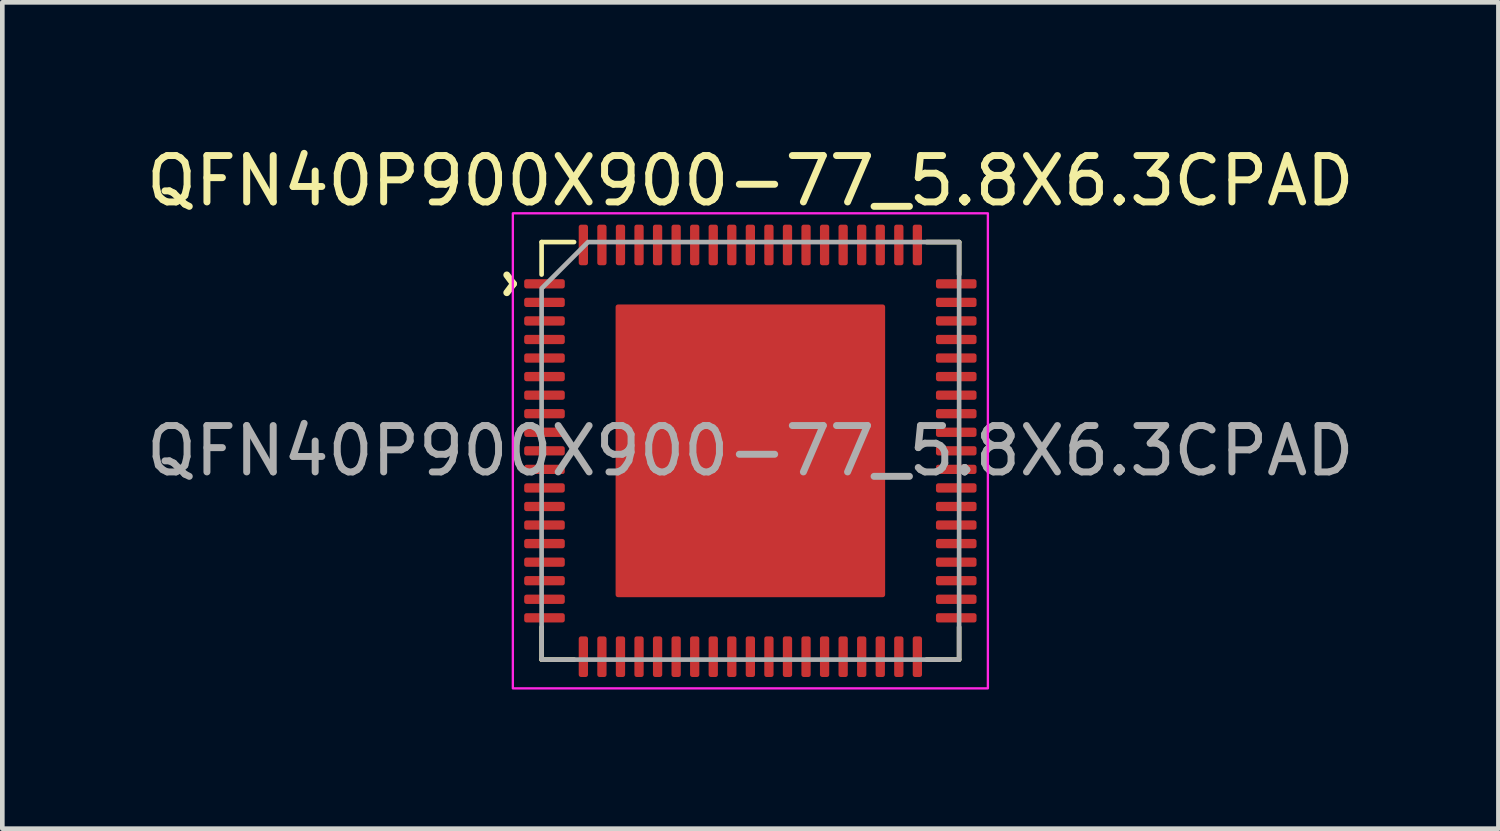
<source format=kicad_pcb>
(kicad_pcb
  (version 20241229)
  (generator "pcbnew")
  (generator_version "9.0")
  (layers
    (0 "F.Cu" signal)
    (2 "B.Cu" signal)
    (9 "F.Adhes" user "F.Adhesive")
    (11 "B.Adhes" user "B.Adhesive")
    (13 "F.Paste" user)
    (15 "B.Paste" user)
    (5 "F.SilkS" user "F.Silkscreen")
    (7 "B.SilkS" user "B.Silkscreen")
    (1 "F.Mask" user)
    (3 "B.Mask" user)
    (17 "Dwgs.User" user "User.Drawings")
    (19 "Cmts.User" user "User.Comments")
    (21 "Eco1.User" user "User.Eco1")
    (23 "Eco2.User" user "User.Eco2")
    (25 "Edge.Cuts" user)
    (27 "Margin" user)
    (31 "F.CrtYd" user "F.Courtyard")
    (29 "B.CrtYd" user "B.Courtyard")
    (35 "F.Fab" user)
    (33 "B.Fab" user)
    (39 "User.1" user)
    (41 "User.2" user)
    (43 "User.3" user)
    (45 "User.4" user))
  (footprint "QFN40P900X900-77_5.8X6.3CPAD"
    (layer "F.Cu")
    (at 13.125 6.668)
    (property "Reference" "QFN40P900X900-77_5.8X6.3CPAD" (at 0 -5.82 0) (layer "F.SilkS") (effects (font (size 1 1) (thickness 0.15))))
    (attr smd)
    (fp_line (start -4.5 -4.5) (end -3.8 -4.5) (stroke (width 0.1) (type default)) (layer "F.SilkS"))
    (fp_line (start -4.5 -3.8) (end -4.5 -4.5) (stroke (width 0.1) (type default)) (layer "F.SilkS"))
    (fp_line (start -4.5 4.5) (end -4.5 3.8) (stroke (width 0.1) (type default)) (layer "F.SilkS"))
    (fp_line (start -3.8 4.5) (end -4.5 4.5) (stroke (width 0.1) (type default)) (layer "F.SilkS"))
    (fp_line (start 3.8 -4.5) (end 4.5 -4.5) (stroke (width 0.1) (type default)) (layer "F.SilkS"))
    (fp_line (start 4.5 -4.5) (end 4.5 -3.8) (stroke (width 0.1) (type default)) (layer "F.SilkS"))
    (fp_line (start 4.5 3.8) (end 4.5 4.5) (stroke (width 0.1) (type default)) (layer "F.SilkS"))
    (fp_line (start 4.5 4.5) (end 3.8 4.5) (stroke (width 0.1) (type default)) (layer "F.SilkS"))
    (fp_poly (pts (xy 5.12 5.12) (xy -5.12 5.12) (xy -5.12 -5.12) (xy 5.12 -5.12)) (stroke (width 0.05) (type solid)) (fill no) (layer "F.CrtYd"))
    (fp_poly (pts (xy -4.5 4.5) (xy 4.5 4.5) (xy 4.5 -4.5) (xy -3.5 -4.5) (xy -4.5 -3.5)) (stroke (width 0.1) (type solid)) (fill no) (layer "F.Fab"))
    (fp_text user "^" (at -5.7 -3.6 270) (unlocked yes) (layer "F.SilkS") (effects (font (size 1 1) (thickness 0.15))))
    (fp_text user "${REFERENCE}" (at 0 0 0) (layer "F.Fab") (effects (font (size 1 1) (thickness 0.15))))
    (pad "" smd roundrect (at -2.025 -2.2) (size 1.525 1.7) (layers "F.Paste") (roundrect_rratio 0.031))
    (pad "" smd roundrect (at -2.025 0) (size 1.525 1.7) (layers "F.Paste") (roundrect_rratio 0.031))
    (pad "" smd roundrect (at -2.025 2.2) (size 1.525 1.7) (layers "F.Paste") (roundrect_rratio 0.031))
    (pad "" smd roundrect (at 0 -2.2) (size 1.525 1.7) (layers "F.Paste") (roundrect_rratio 0.031))
    (pad "" smd roundrect (at 0 0) (size 1.525 1.7) (layers "F.Paste") (roundrect_rratio 0.031))
    (pad "" smd roundrect (at 0 2.2) (size 1.525 1.7) (layers "F.Paste") (roundrect_rratio 0.031))
    (pad "" smd roundrect (at 2.025 -2.2) (size 1.525 1.7) (layers "F.Paste") (roundrect_rratio 0.031))
    (pad "" smd roundrect (at 2.025 0) (size 1.525 1.7) (layers "F.Paste") (roundrect_rratio 0.031))
    (pad "" smd roundrect (at 2.025 2.2) (size 1.525 1.7) (layers "F.Paste") (roundrect_rratio 0.031))
    (pad "1" smd roundrect (at -4.438 -3.6) (size 0.875 0.2) (layers "F.Cu" "F.Mask" "F.Paste") (roundrect_rratio 0.25))
    (pad "2" smd roundrect (at -4.438 -3.2) (size 0.875 0.2) (layers "F.Cu" "F.Mask" "F.Paste") (roundrect_rratio 0.25))
    (pad "3" smd roundrect (at -4.438 -2.8) (size 0.875 0.2) (layers "F.Cu" "F.Mask" "F.Paste") (roundrect_rratio 0.25))
    (pad "4" smd roundrect (at -4.438 -2.4) (size 0.875 0.2) (layers "F.Cu" "F.Mask" "F.Paste") (roundrect_rratio 0.25))
    (pad "5" smd roundrect (at -4.438 -2) (size 0.875 0.2) (layers "F.Cu" "F.Mask" "F.Paste") (roundrect_rratio 0.25))
    (pad "6" smd roundrect (at -4.438 -1.6) (size 0.875 0.2) (layers "F.Cu" "F.Mask" "F.Paste") (roundrect_rratio 0.25))
    (pad "7" smd roundrect (at -4.438 -1.2) (size 0.875 0.2) (layers "F.Cu" "F.Mask" "F.Paste") (roundrect_rratio 0.25))
    (pad "8" smd roundrect (at -4.438 -0.8) (size 0.875 0.2) (layers "F.Cu" "F.Mask" "F.Paste") (roundrect_rratio 0.25))
    (pad "9" smd roundrect (at -4.438 -0.4) (size 0.875 0.2) (layers "F.Cu" "F.Mask" "F.Paste") (roundrect_rratio 0.25))
    (pad "10" smd roundrect (at -4.438 0) (size 0.875 0.2) (layers "F.Cu" "F.Mask" "F.Paste") (roundrect_rratio 0.25))
    (pad "11" smd roundrect (at -4.438 0.4) (size 0.875 0.2) (layers "F.Cu" "F.Mask" "F.Paste") (roundrect_rratio 0.25))
    (pad "12" smd roundrect (at -4.438 0.8) (size 0.875 0.2) (layers "F.Cu" "F.Mask" "F.Paste") (roundrect_rratio 0.25))
    (pad "13" smd roundrect (at -4.438 1.2) (size 0.875 0.2) (layers "F.Cu" "F.Mask" "F.Paste") (roundrect_rratio 0.25))
    (pad "14" smd roundrect (at -4.438 1.6) (size 0.875 0.2) (layers "F.Cu" "F.Mask" "F.Paste") (roundrect_rratio 0.25))
    (pad "15" smd roundrect (at -4.438 2) (size 0.875 0.2) (layers "F.Cu" "F.Mask" "F.Paste") (roundrect_rratio 0.25))
    (pad "16" smd roundrect (at -4.438 2.4) (size 0.875 0.2) (layers "F.Cu" "F.Mask" "F.Paste") (roundrect_rratio 0.25))
    (pad "17" smd roundrect (at -4.438 2.8) (size 0.875 0.2) (layers "F.Cu" "F.Mask" "F.Paste") (roundrect_rratio 0.25))
    (pad "18" smd roundrect (at -4.438 3.2) (size 0.875 0.2) (layers "F.Cu" "F.Mask" "F.Paste") (roundrect_rratio 0.25))
    (pad "19" smd roundrect (at -4.438 3.6) (size 0.875 0.2) (layers "F.Cu" "F.Mask" "F.Paste") (roundrect_rratio 0.25))
    (pad "20" smd roundrect (at -3.6 4.438) (size 0.2 0.875) (layers "F.Cu" "F.Mask" "F.Paste") (roundrect_rratio 0.25))
    (pad "21" smd roundrect (at -3.2 4.438) (size 0.2 0.875) (layers "F.Cu" "F.Mask" "F.Paste") (roundrect_rratio 0.25))
    (pad "22" smd roundrect (at -2.8 4.438) (size 0.2 0.875) (layers "F.Cu" "F.Mask" "F.Paste") (roundrect_rratio 0.25))
    (pad "23" smd roundrect (at -2.4 4.438) (size 0.2 0.875) (layers "F.Cu" "F.Mask" "F.Paste") (roundrect_rratio 0.25))
    (pad "24" smd roundrect (at -2 4.438) (size 0.2 0.875) (layers "F.Cu" "F.Mask" "F.Paste") (roundrect_rratio 0.25))
    (pad "25" smd roundrect (at -1.6 4.438) (size 0.2 0.875) (layers "F.Cu" "F.Mask" "F.Paste") (roundrect_rratio 0.25))
    (pad "26" smd roundrect (at -1.2 4.438) (size 0.2 0.875) (layers "F.Cu" "F.Mask" "F.Paste") (roundrect_rratio 0.25))
    (pad "27" smd roundrect (at -0.8 4.438) (size 0.2 0.875) (layers "F.Cu" "F.Mask" "F.Paste") (roundrect_rratio 0.25))
    (pad "28" smd roundrect (at -0.4 4.438) (size 0.2 0.875) (layers "F.Cu" "F.Mask" "F.Paste") (roundrect_rratio 0.25))
    (pad "29" smd roundrect (at 0 4.438) (size 0.2 0.875) (layers "F.Cu" "F.Mask" "F.Paste") (roundrect_rratio 0.25))
    (pad "30" smd roundrect (at 0.4 4.438) (size 0.2 0.875) (layers "F.Cu" "F.Mask" "F.Paste") (roundrect_rratio 0.25))
    (pad "31" smd roundrect (at 0.8 4.438) (size 0.2 0.875) (layers "F.Cu" "F.Mask" "F.Paste") (roundrect_rratio 0.25))
    (pad "32" smd roundrect (at 1.2 4.438) (size 0.2 0.875) (layers "F.Cu" "F.Mask" "F.Paste") (roundrect_rratio 0.25))
    (pad "33" smd roundrect (at 1.6 4.438) (size 0.2 0.875) (layers "F.Cu" "F.Mask" "F.Paste") (roundrect_rratio 0.25))
    (pad "34" smd roundrect (at 2 4.438) (size 0.2 0.875) (layers "F.Cu" "F.Mask" "F.Paste") (roundrect_rratio 0.25))
    (pad "35" smd roundrect (at 2.4 4.438) (size 0.2 0.875) (layers "F.Cu" "F.Mask" "F.Paste") (roundrect_rratio 0.25))
    (pad "36" smd roundrect (at 2.8 4.438) (size 0.2 0.875) (layers "F.Cu" "F.Mask" "F.Paste") (roundrect_rratio 0.25))
    (pad "37" smd roundrect (at 3.2 4.438) (size 0.2 0.875) (layers "F.Cu" "F.Mask" "F.Paste") (roundrect_rratio 0.25))
    (pad "38" smd roundrect (at 3.6 4.438) (size 0.2 0.875) (layers "F.Cu" "F.Mask" "F.Paste") (roundrect_rratio 0.25))
    (pad "39" smd roundrect (at 4.438 3.6) (size 0.875 0.2) (layers "F.Cu" "F.Mask" "F.Paste") (roundrect_rratio 0.25))
    (pad "40" smd roundrect (at 4.438 3.2) (size 0.875 0.2) (layers "F.Cu" "F.Mask" "F.Paste") (roundrect_rratio 0.25))
    (pad "41" smd roundrect (at 4.438 2.8) (size 0.875 0.2) (layers "F.Cu" "F.Mask" "F.Paste") (roundrect_rratio 0.25))
    (pad "42" smd roundrect (at 4.438 2.4) (size 0.875 0.2) (layers "F.Cu" "F.Mask" "F.Paste") (roundrect_rratio 0.25))
    (pad "43" smd roundrect (at 4.438 2) (size 0.875 0.2) (layers "F.Cu" "F.Mask" "F.Paste") (roundrect_rratio 0.25))
    (pad "44" smd roundrect (at 4.438 1.6) (size 0.875 0.2) (layers "F.Cu" "F.Mask" "F.Paste") (roundrect_rratio 0.25))
    (pad "45" smd roundrect (at 4.438 1.2) (size 0.875 0.2) (layers "F.Cu" "F.Mask" "F.Paste") (roundrect_rratio 0.25))
    (pad "46" smd roundrect (at 4.438 0.8) (size 0.875 0.2) (layers "F.Cu" "F.Mask" "F.Paste") (roundrect_rratio 0.25))
    (pad "47" smd roundrect (at 4.438 0.4) (size 0.875 0.2) (layers "F.Cu" "F.Mask" "F.Paste") (roundrect_rratio 0.25))
    (pad "48" smd roundrect (at 4.438 0) (size 0.875 0.2) (layers "F.Cu" "F.Mask" "F.Paste") (roundrect_rratio 0.25))
    (pad "49" smd roundrect (at 4.438 -0.4) (size 0.875 0.2) (layers "F.Cu" "F.Mask" "F.Paste") (roundrect_rratio 0.25))
    (pad "50" smd roundrect (at 4.438 -0.8) (size 0.875 0.2) (layers "F.Cu" "F.Mask" "F.Paste") (roundrect_rratio 0.25))
    (pad "51" smd roundrect (at 4.438 -1.2) (size 0.875 0.2) (layers "F.Cu" "F.Mask" "F.Paste") (roundrect_rratio 0.25))
    (pad "52" smd roundrect (at 4.438 -1.6) (size 0.875 0.2) (layers "F.Cu" "F.Mask" "F.Paste") (roundrect_rratio 0.25))
    (pad "53" smd roundrect (at 4.438 -2) (size 0.875 0.2) (layers "F.Cu" "F.Mask" "F.Paste") (roundrect_rratio 0.25))
    (pad "54" smd roundrect (at 4.438 -2.4) (size 0.875 0.2) (layers "F.Cu" "F.Mask" "F.Paste") (roundrect_rratio 0.25))
    (pad "55" smd roundrect (at 4.438 -2.8) (size 0.875 0.2) (layers "F.Cu" "F.Mask" "F.Paste") (roundrect_rratio 0.25))
    (pad "56" smd roundrect (at 4.438 -3.2) (size 0.875 0.2) (layers "F.Cu" "F.Mask" "F.Paste") (roundrect_rratio 0.25))
    (pad "57" smd roundrect (at 4.438 -3.6) (size 0.875 0.2) (layers "F.Cu" "F.Mask" "F.Paste") (roundrect_rratio 0.25))
    (pad "58" smd roundrect (at 3.6 -4.438) (size 0.2 0.875) (layers "F.Cu" "F.Mask" "F.Paste") (roundrect_rratio 0.25))
    (pad "59" smd roundrect (at 3.2 -4.438) (size 0.2 0.875) (layers "F.Cu" "F.Mask" "F.Paste") (roundrect_rratio 0.25))
    (pad "60" smd roundrect (at 2.8 -4.438) (size 0.2 0.875) (layers "F.Cu" "F.Mask" "F.Paste") (roundrect_rratio 0.25))
    (pad "61" smd roundrect (at 2.4 -4.438) (size 0.2 0.875) (layers "F.Cu" "F.Mask" "F.Paste") (roundrect_rratio 0.25))
    (pad "62" smd roundrect (at 2 -4.438) (size 0.2 0.875) (layers "F.Cu" "F.Mask" "F.Paste") (roundrect_rratio 0.25))
    (pad "63" smd roundrect (at 1.6 -4.438) (size 0.2 0.875) (layers "F.Cu" "F.Mask" "F.Paste") (roundrect_rratio 0.25))
    (pad "64" smd roundrect (at 1.2 -4.438) (size 0.2 0.875) (layers "F.Cu" "F.Mask" "F.Paste") (roundrect_rratio 0.25))
    (pad "65" smd roundrect (at 0.8 -4.438) (size 0.2 0.875) (layers "F.Cu" "F.Mask" "F.Paste") (roundrect_rratio 0.25))
    (pad "66" smd roundrect (at 0.4 -4.438) (size 0.2 0.875) (layers "F.Cu" "F.Mask" "F.Paste") (roundrect_rratio 0.25))
    (pad "67" smd roundrect (at 0 -4.438) (size 0.2 0.875) (layers "F.Cu" "F.Mask" "F.Paste") (roundrect_rratio 0.25))
    (pad "68" smd roundrect (at -0.4 -4.438) (size 0.2 0.875) (layers "F.Cu" "F.Mask" "F.Paste") (roundrect_rratio 0.25))
    (pad "69" smd roundrect (at -0.8 -4.438) (size 0.2 0.875) (layers "F.Cu" "F.Mask" "F.Paste") (roundrect_rratio 0.25))
    (pad "70" smd roundrect (at -1.2 -4.438) (size 0.2 0.875) (layers "F.Cu" "F.Mask" "F.Paste") (roundrect_rratio 0.25))
    (pad "71" smd roundrect (at -1.6 -4.438) (size 0.2 0.875) (layers "F.Cu" "F.Mask" "F.Paste") (roundrect_rratio 0.25))
    (pad "72" smd roundrect (at -2 -4.438) (size 0.2 0.875) (layers "F.Cu" "F.Mask" "F.Paste") (roundrect_rratio 0.25))
    (pad "73" smd roundrect (at -2.4 -4.438) (size 0.2 0.875) (layers "F.Cu" "F.Mask" "F.Paste") (roundrect_rratio 0.25))
    (pad "74" smd roundrect (at -2.8 -4.438) (size 0.2 0.875) (layers "F.Cu" "F.Mask" "F.Paste") (roundrect_rratio 0.25))
    (pad "75" smd roundrect (at -3.2 -4.438) (size 0.2 0.875) (layers "F.Cu" "F.Mask" "F.Paste") (roundrect_rratio 0.25))
    (pad "76" smd roundrect (at -3.6 -4.438) (size 0.2 0.875) (layers "F.Cu" "F.Mask" "F.Paste") (roundrect_rratio 0.25))
    (pad "77" smd roundrect (at 0 0) (size 5.81 6.31) (layers "F.Cu" "F.Mask") (roundrect_rratio 0.009)))
  (gr_rect
    (start -3 -3)
    (end 29.25 14.813)
    (stroke (width 0.1) (type default))
    (fill no)
    (layer "Edge.Cuts")))
</source>
